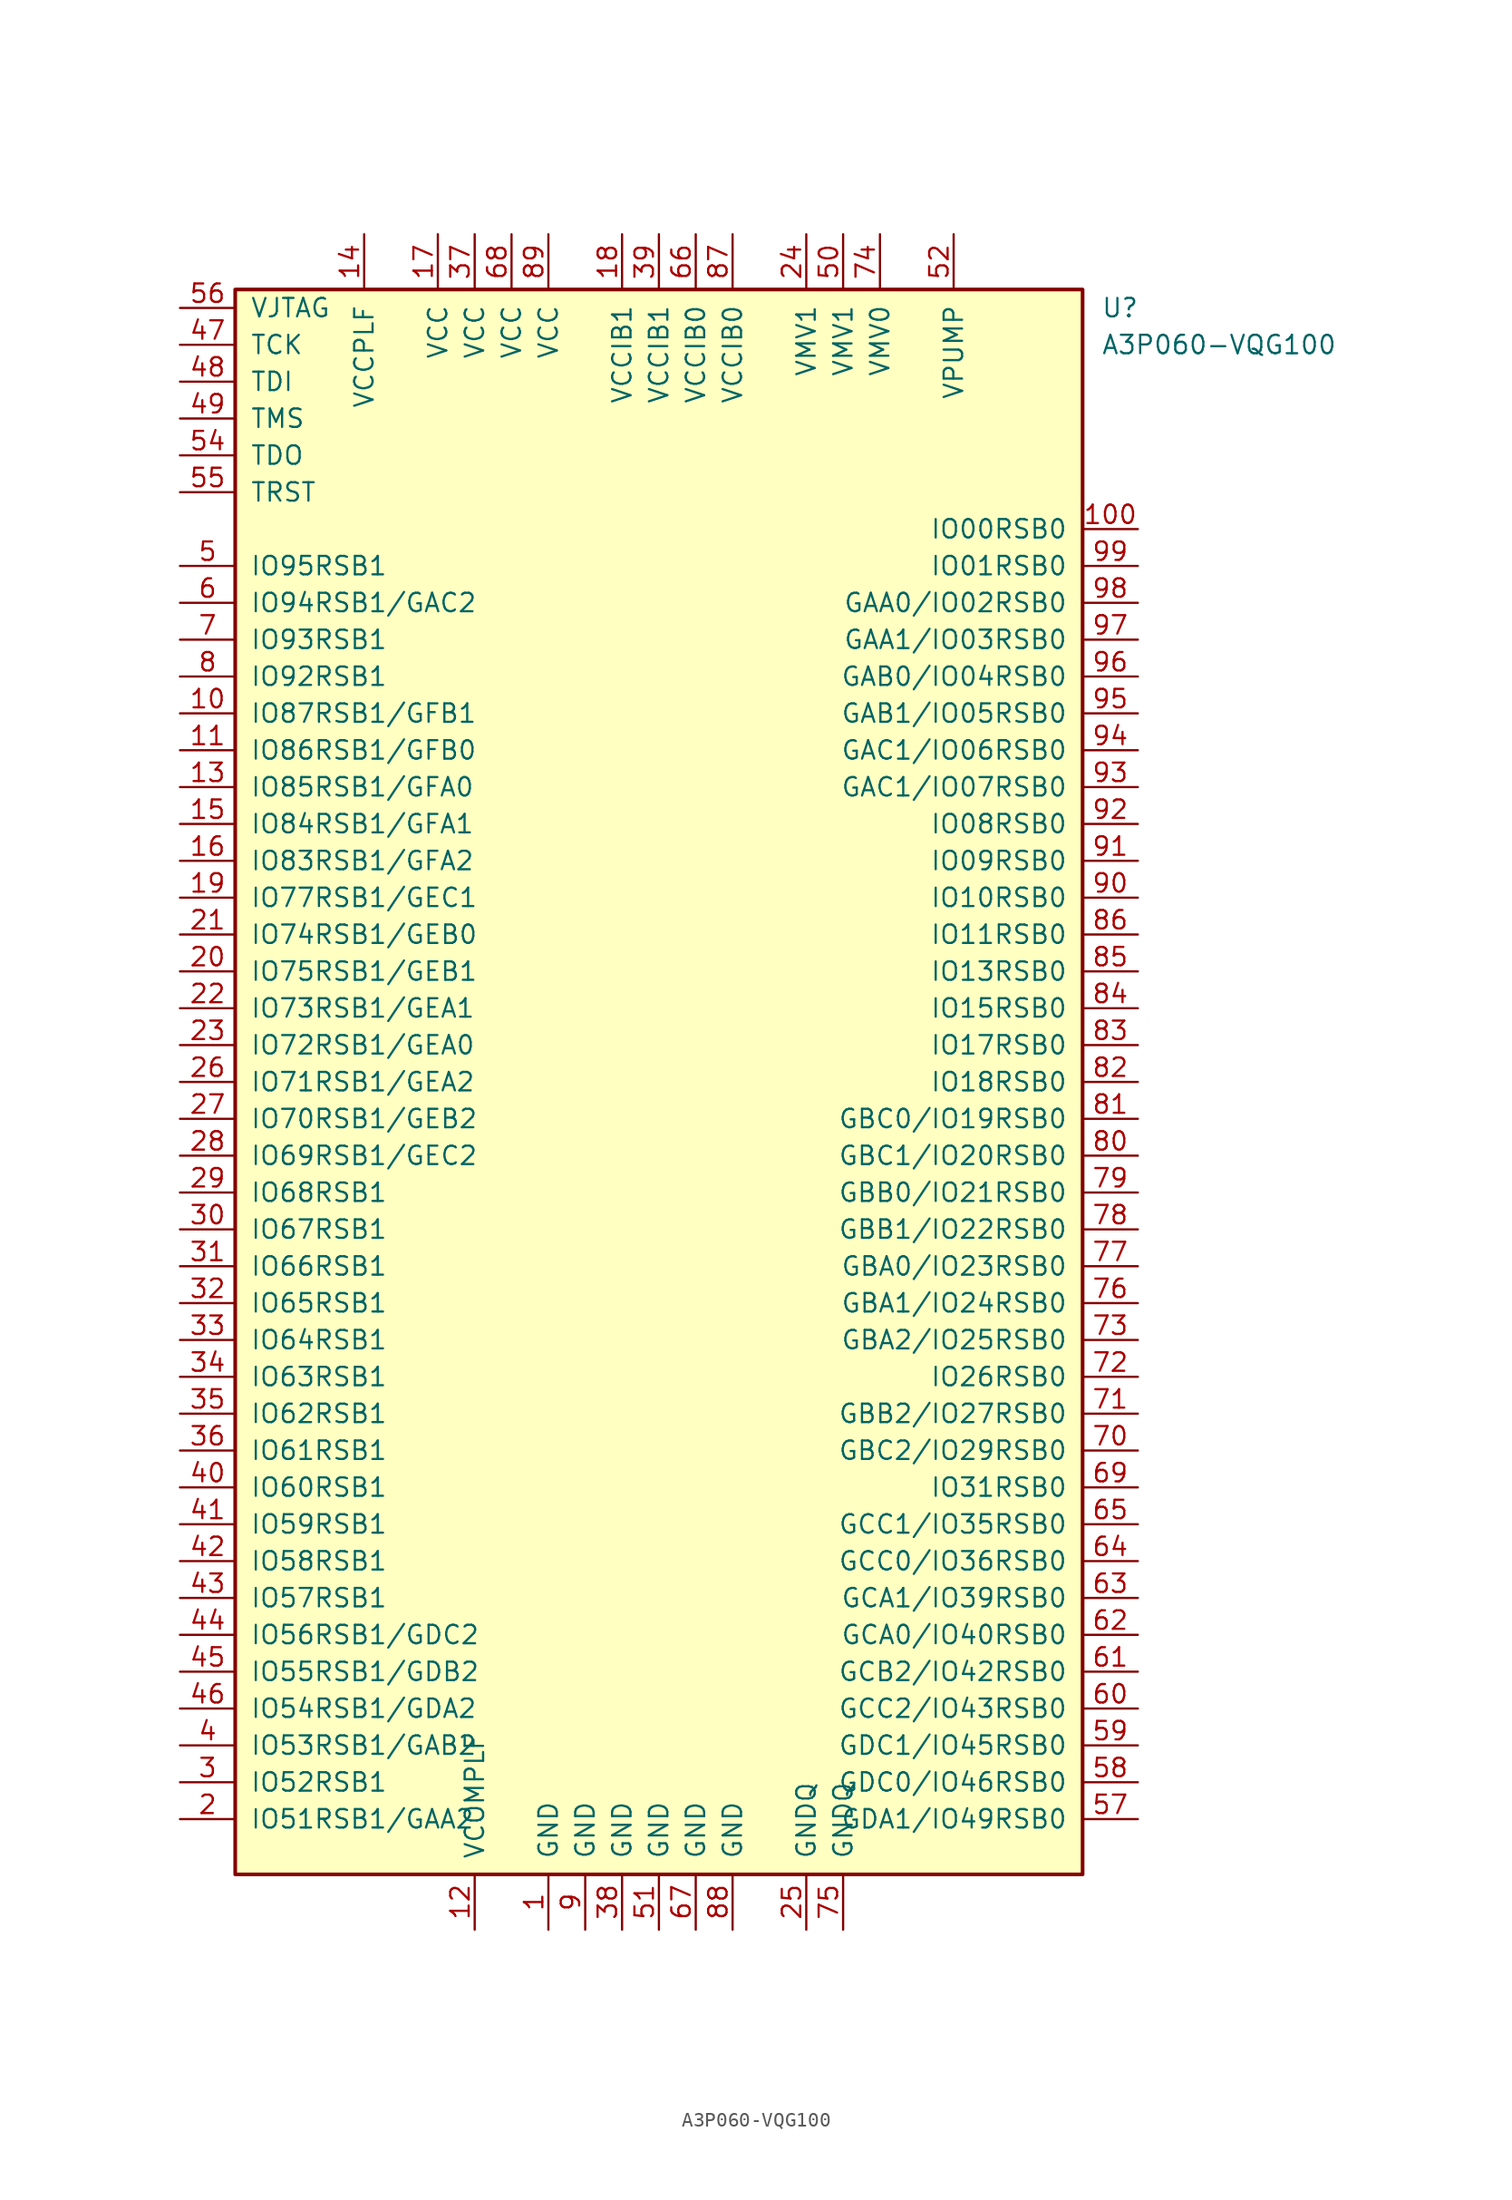
<source format=kicad_sym>
(kicad_symbol_lib
  (version 20201005)
  (generator kicad_symbol_editor)
  (symbol "A3P060-VQG100"
    (pin_names
      (offset 1.016))
    (property "Reference" "U"
      (at 30.48 53.34 0)
      (effects (font (size 1.27 1.27)) (justify left)))
    (property "Value" "A3P060-VQG100"
      (at 30.48 50.8 0)
      (effects (font (size 1.27 1.27)) (justify left)))
    (symbol "A3P060-VQG100_0_1"
      (rectangle (start -29.21 54.61) (end 29.21 -54.61) (stroke (width 0.254)) (fill (type background))))
    (symbol "A3P060-VQG100_1_1"
      (pin power_in line (at -7.62 -58.42 90) (length 3.81) (name "GND" (effects (font (size 1.27 1.27)))) (number "1" (effects (font (size 1.27 1.27)))))
      (pin bidirectional line (at -33.02 25.4 0) (length 3.81) (name "IO87RSB1/GFB1" (effects (font (size 1.27 1.27)))) (number "10" (effects (font (size 1.27 1.27)))))
      (pin bidirectional line (at 33.02 38.1 180) (length 3.81) (name "IO00RSB0" (effects (font (size 1.27 1.27)))) (number "100" (effects (font (size 1.27 1.27)))))
      (pin bidirectional line (at -33.02 22.86 0) (length 3.81) (name "IO86RSB1/GFB0" (effects (font (size 1.27 1.27)))) (number "11" (effects (font (size 1.27 1.27)))))
      (pin power_in line (at -12.7 -58.42 90) (length 3.81) (name "VCOMPLF" (effects (font (size 1.27 1.27)))) (number "12" (effects (font (size 1.27 1.27)))))
      (pin bidirectional line (at -33.02 20.32 0) (length 3.81) (name "IO85RSB1/GFA0" (effects (font (size 1.27 1.27)))) (number "13" (effects (font (size 1.27 1.27)))))
      (pin power_in line (at -20.32 58.42 270) (length 3.81) (name "VCCPLF" (effects (font (size 1.27 1.27)))) (number "14" (effects (font (size 1.27 1.27)))))
      (pin bidirectional line (at -33.02 17.78 0) (length 3.81) (name "IO84RSB1/GFA1" (effects (font (size 1.27 1.27)))) (number "15" (effects (font (size 1.27 1.27)))))
      (pin bidirectional line (at -33.02 15.24 0) (length 3.81) (name "IO83RSB1/GFA2" (effects (font (size 1.27 1.27)))) (number "16" (effects (font (size 1.27 1.27)))))
      (pin power_in line (at -15.24 58.42 270) (length 3.81) (name "VCC" (effects (font (size 1.27 1.27)))) (number "17" (effects (font (size 1.27 1.27)))))
      (pin power_in line (at -2.54 58.42 270) (length 3.81) (name "VCCIB1" (effects (font (size 1.27 1.27)))) (number "18" (effects (font (size 1.27 1.27)))))
      (pin bidirectional line (at -33.02 12.7 0) (length 3.81) (name "IO77RSB1/GEC1" (effects (font (size 1.27 1.27)))) (number "19" (effects (font (size 1.27 1.27)))))
      (pin bidirectional line (at -33.02 -50.8 0) (length 3.81) (name "IO51RSB1/GAA2" (effects (font (size 1.27 1.27)))) (number "2" (effects (font (size 1.27 1.27)))))
      (pin bidirectional line (at -33.02 7.62 0) (length 3.81) (name "IO75RSB1/GEB1" (effects (font (size 1.27 1.27)))) (number "20" (effects (font (size 1.27 1.27)))))
      (pin bidirectional line (at -33.02 10.16 0) (length 3.81) (name "IO74RSB1/GEB0" (effects (font (size 1.27 1.27)))) (number "21" (effects (font (size 1.27 1.27)))))
      (pin bidirectional line (at -33.02 5.08 0) (length 3.81) (name "IO73RSB1/GEA1" (effects (font (size 1.27 1.27)))) (number "22" (effects (font (size 1.27 1.27)))))
      (pin bidirectional line (at -33.02 2.54 0) (length 3.81) (name "IO72RSB1/GEA0" (effects (font (size 1.27 1.27)))) (number "23" (effects (font (size 1.27 1.27)))))
      (pin power_in line (at 10.16 58.42 270) (length 3.81) (name "VMV1" (effects (font (size 1.27 1.27)))) (number "24" (effects (font (size 1.27 1.27)))))
      (pin power_in line (at 10.16 -58.42 90) (length 3.81) (name "GNDQ" (effects (font (size 1.27 1.27)))) (number "25" (effects (font (size 1.27 1.27)))))
      (pin bidirectional line (at -33.02 0 0) (length 3.81) (name "IO71RSB1/GEA2" (effects (font (size 1.27 1.27)))) (number "26" (effects (font (size 1.27 1.27)))))
      (pin bidirectional line (at -33.02 -2.54 0) (length 3.81) (name "IO70RSB1/GEB2" (effects (font (size 1.27 1.27)))) (number "27" (effects (font (size 1.27 1.27)))))
      (pin bidirectional line (at -33.02 -5.08 0) (length 3.81) (name "IO69RSB1/GEC2" (effects (font (size 1.27 1.27)))) (number "28" (effects (font (size 1.27 1.27)))))
      (pin bidirectional line (at -33.02 -7.62 0) (length 3.81) (name "IO68RSB1" (effects (font (size 1.27 1.27)))) (number "29" (effects (font (size 1.27 1.27)))))
      (pin bidirectional line (at -33.02 -48.26 0) (length 3.81) (name "IO52RSB1" (effects (font (size 1.27 1.27)))) (number "3" (effects (font (size 1.27 1.27)))))
      (pin bidirectional line (at -33.02 -10.16 0) (length 3.81) (name "IO67RSB1" (effects (font (size 1.27 1.27)))) (number "30" (effects (font (size 1.27 1.27)))))
      (pin bidirectional line (at -33.02 -12.7 0) (length 3.81) (name "IO66RSB1" (effects (font (size 1.27 1.27)))) (number "31" (effects (font (size 1.27 1.27)))))
      (pin bidirectional line (at -33.02 -15.24 0) (length 3.81) (name "IO65RSB1" (effects (font (size 1.27 1.27)))) (number "32" (effects (font (size 1.27 1.27)))))
      (pin bidirectional line (at -33.02 -17.78 0) (length 3.81) (name "IO64RSB1" (effects (font (size 1.27 1.27)))) (number "33" (effects (font (size 1.27 1.27)))))
      (pin bidirectional line (at -33.02 -20.32 0) (length 3.81) (name "IO63RSB1" (effects (font (size 1.27 1.27)))) (number "34" (effects (font (size 1.27 1.27)))))
      (pin bidirectional line (at -33.02 -22.86 0) (length 3.81) (name "IO62RSB1" (effects (font (size 1.27 1.27)))) (number "35" (effects (font (size 1.27 1.27)))))
      (pin bidirectional line (at -33.02 -25.4 0) (length 3.81) (name "IO61RSB1" (effects (font (size 1.27 1.27)))) (number "36" (effects (font (size 1.27 1.27)))))
      (pin power_in line (at -12.7 58.42 270) (length 3.81) (name "VCC" (effects (font (size 1.27 1.27)))) (number "37" (effects (font (size 1.27 1.27)))))
      (pin power_in line (at -2.54 -58.42 90) (length 3.81) (name "GND" (effects (font (size 1.27 1.27)))) (number "38" (effects (font (size 1.27 1.27)))))
      (pin power_in line (at 0 58.42 270) (length 3.81) (name "VCCIB1" (effects (font (size 1.27 1.27)))) (number "39" (effects (font (size 1.27 1.27)))))
      (pin bidirectional line (at -33.02 -45.72 0) (length 3.81) (name "IO53RSB1/GAB2" (effects (font (size 1.27 1.27)))) (number "4" (effects (font (size 1.27 1.27)))))
      (pin bidirectional line (at -33.02 -27.94 0) (length 3.81) (name "IO60RSB1" (effects (font (size 1.27 1.27)))) (number "40" (effects (font (size 1.27 1.27)))))
      (pin bidirectional line (at -33.02 -30.48 0) (length 3.81) (name "IO59RSB1" (effects (font (size 1.27 1.27)))) (number "41" (effects (font (size 1.27 1.27)))))
      (pin bidirectional line (at -33.02 -33.02 0) (length 3.81) (name "IO58RSB1" (effects (font (size 1.27 1.27)))) (number "42" (effects (font (size 1.27 1.27)))))
      (pin bidirectional line (at -33.02 -35.56 0) (length 3.81) (name "IO57RSB1" (effects (font (size 1.27 1.27)))) (number "43" (effects (font (size 1.27 1.27)))))
      (pin bidirectional line (at -33.02 -38.1 0) (length 3.81) (name "IO56RSB1/GDC2" (effects (font (size 1.27 1.27)))) (number "44" (effects (font (size 1.27 1.27)))))
      (pin bidirectional line (at -33.02 -40.64 0) (length 3.81) (name "IO55RSB1/GDB2" (effects (font (size 1.27 1.27)))) (number "45" (effects (font (size 1.27 1.27)))))
      (pin bidirectional line (at -33.02 -43.18 0) (length 3.81) (name "IO54RSB1/GDA2" (effects (font (size 1.27 1.27)))) (number "46" (effects (font (size 1.27 1.27)))))
      (pin bidirectional line (at -33.02 50.8 0) (length 3.81) (name "TCK" (effects (font (size 1.27 1.27)))) (number "47" (effects (font (size 1.27 1.27)))))
      (pin bidirectional line (at -33.02 48.26 0) (length 3.81) (name "TDI" (effects (font (size 1.27 1.27)))) (number "48" (effects (font (size 1.27 1.27)))))
      (pin bidirectional line (at -33.02 45.72 0) (length 3.81) (name "TMS" (effects (font (size 1.27 1.27)))) (number "49" (effects (font (size 1.27 1.27)))))
      (pin bidirectional line (at -33.02 35.56 0) (length 3.81) (name "IO95RSB1" (effects (font (size 1.27 1.27)))) (number "5" (effects (font (size 1.27 1.27)))))
      (pin power_in line (at 12.7 58.42 270) (length 3.81) (name "VMV1" (effects (font (size 1.27 1.27)))) (number "50" (effects (font (size 1.27 1.27)))))
      (pin power_in line (at 0 -58.42 90) (length 3.81) (name "GND" (effects (font (size 1.27 1.27)))) (number "51" (effects (font (size 1.27 1.27)))))
      (pin power_in line (at 20.32 58.42 270) (length 3.81) (name "VPUMP" (effects (font (size 1.27 1.27)))) (number "52" (effects (font (size 1.27 1.27)))))
      (pin bidirectional line (at -33.02 43.18 0) (length 3.81) (name "TDO" (effects (font (size 1.27 1.27)))) (number "54" (effects (font (size 1.27 1.27)))))
      (pin bidirectional line (at -33.02 40.64 0) (length 3.81) (name "TRST" (effects (font (size 1.27 1.27)))) (number "55" (effects (font (size 1.27 1.27)))))
      (pin bidirectional line (at -33.02 53.34 0) (length 3.81) (name "VJTAG" (effects (font (size 1.27 1.27)))) (number "56" (effects (font (size 1.27 1.27)))))
      (pin bidirectional line (at 33.02 -50.8 180) (length 3.81) (name "GDA1/IO49RSB0" (effects (font (size 1.27 1.27)))) (number "57" (effects (font (size 1.27 1.27)))))
      (pin bidirectional line (at 33.02 -48.26 180) (length 3.81) (name "GDC0/IO46RSB0" (effects (font (size 1.27 1.27)))) (number "58" (effects (font (size 1.27 1.27)))))
      (pin bidirectional line (at 33.02 -45.72 180) (length 3.81) (name "GDC1/IO45RSB0" (effects (font (size 1.27 1.27)))) (number "59" (effects (font (size 1.27 1.27)))))
      (pin bidirectional line (at -33.02 33.02 0) (length 3.81) (name "IO94RSB1/GAC2" (effects (font (size 1.27 1.27)))) (number "6" (effects (font (size 1.27 1.27)))))
      (pin bidirectional line (at 33.02 -43.18 180) (length 3.81) (name "GCC2/IO43RSB0" (effects (font (size 1.27 1.27)))) (number "60" (effects (font (size 1.27 1.27)))))
      (pin bidirectional line (at 33.02 -40.64 180) (length 3.81) (name "GCB2/IO42RSB0" (effects (font (size 1.27 1.27)))) (number "61" (effects (font (size 1.27 1.27)))))
      (pin bidirectional line (at 33.02 -38.1 180) (length 3.81) (name "GCA0/IO40RSB0" (effects (font (size 1.27 1.27)))) (number "62" (effects (font (size 1.27 1.27)))))
      (pin bidirectional line (at 33.02 -35.56 180) (length 3.81) (name "GCA1/IO39RSB0" (effects (font (size 1.27 1.27)))) (number "63" (effects (font (size 1.27 1.27)))))
      (pin bidirectional line (at 33.02 -33.02 180) (length 3.81) (name "GCC0/IO36RSB0" (effects (font (size 1.27 1.27)))) (number "64" (effects (font (size 1.27 1.27)))))
      (pin bidirectional line (at 33.02 -30.48 180) (length 3.81) (name "GCC1/IO35RSB0" (effects (font (size 1.27 1.27)))) (number "65" (effects (font (size 1.27 1.27)))))
      (pin power_in line (at 2.54 58.42 270) (length 3.81) (name "VCCIB0" (effects (font (size 1.27 1.27)))) (number "66" (effects (font (size 1.27 1.27)))))
      (pin power_in line (at 2.54 -58.42 90) (length 3.81) (name "GND" (effects (font (size 1.27 1.27)))) (number "67" (effects (font (size 1.27 1.27)))))
      (pin power_in line (at -10.16 58.42 270) (length 3.81) (name "VCC" (effects (font (size 1.27 1.27)))) (number "68" (effects (font (size 1.27 1.27)))))
      (pin bidirectional line (at 33.02 -27.94 180) (length 3.81) (name "IO31RSB0" (effects (font (size 1.27 1.27)))) (number "69" (effects (font (size 1.27 1.27)))))
      (pin input line (at -33.02 30.48 0) (length 3.81) (name "IO93RSB1" (effects (font (size 1.27 1.27)))) (number "7" (effects (font (size 1.27 1.27)))))
      (pin bidirectional line (at 33.02 -25.4 180) (length 3.81) (name "GBC2/IO29RSB0" (effects (font (size 1.27 1.27)))) (number "70" (effects (font (size 1.27 1.27)))))
      (pin bidirectional line (at 33.02 -22.86 180) (length 3.81) (name "GBB2/IO27RSB0" (effects (font (size 1.27 1.27)))) (number "71" (effects (font (size 1.27 1.27)))))
      (pin bidirectional line (at 33.02 -20.32 180) (length 3.81) (name "IO26RSB0" (effects (font (size 1.27 1.27)))) (number "72" (effects (font (size 1.27 1.27)))))
      (pin bidirectional line (at 33.02 -17.78 180) (length 3.81) (name "GBA2/IO25RSB0" (effects (font (size 1.27 1.27)))) (number "73" (effects (font (size 1.27 1.27)))))
      (pin power_in line (at 15.24 58.42 270) (length 3.81) (name "VMV0" (effects (font (size 1.27 1.27)))) (number "74" (effects (font (size 1.27 1.27)))))
      (pin power_in line (at 12.7 -58.42 90) (length 3.81) (name "GNDQ" (effects (font (size 1.27 1.27)))) (number "75" (effects (font (size 1.27 1.27)))))
      (pin bidirectional line (at 33.02 -15.24 180) (length 3.81) (name "GBA1/IO24RSB0" (effects (font (size 1.27 1.27)))) (number "76" (effects (font (size 1.27 1.27)))))
      (pin bidirectional line (at 33.02 -12.7 180) (length 3.81) (name "GBA0/IO23RSB0" (effects (font (size 1.27 1.27)))) (number "77" (effects (font (size 1.27 1.27)))))
      (pin bidirectional line (at 33.02 -10.16 180) (length 3.81) (name "GBB1/IO22RSB0" (effects (font (size 1.27 1.27)))) (number "78" (effects (font (size 1.27 1.27)))))
      (pin bidirectional line (at 33.02 -7.62 180) (length 3.81) (name "GBB0/IO21RSB0" (effects (font (size 1.27 1.27)))) (number "79" (effects (font (size 1.27 1.27)))))
      (pin bidirectional line (at -33.02 27.94 0) (length 3.81) (name "IO92RSB1" (effects (font (size 1.27 1.27)))) (number "8" (effects (font (size 1.27 1.27)))))
      (pin bidirectional line (at 33.02 -5.08 180) (length 3.81) (name "GBC1/IO20RSB0" (effects (font (size 1.27 1.27)))) (number "80" (effects (font (size 1.27 1.27)))))
      (pin bidirectional line (at 33.02 -2.54 180) (length 3.81) (name "GBC0/IO19RSB0" (effects (font (size 1.27 1.27)))) (number "81" (effects (font (size 1.27 1.27)))))
      (pin bidirectional line (at 33.02 0 180) (length 3.81) (name "IO18RSB0" (effects (font (size 1.27 1.27)))) (number "82" (effects (font (size 1.27 1.27)))))
      (pin bidirectional line (at 33.02 2.54 180) (length 3.81) (name "IO17RSB0" (effects (font (size 1.27 1.27)))) (number "83" (effects (font (size 1.27 1.27)))))
      (pin bidirectional line (at 33.02 5.08 180) (length 3.81) (name "IO15RSB0" (effects (font (size 1.27 1.27)))) (number "84" (effects (font (size 1.27 1.27)))))
      (pin bidirectional line (at 33.02 7.62 180) (length 3.81) (name "IO13RSB0" (effects (font (size 1.27 1.27)))) (number "85" (effects (font (size 1.27 1.27)))))
      (pin bidirectional line (at 33.02 10.16 180) (length 3.81) (name "IO11RSB0" (effects (font (size 1.27 1.27)))) (number "86" (effects (font (size 1.27 1.27)))))
      (pin power_in line (at 5.08 58.42 270) (length 3.81) (name "VCCIB0" (effects (font (size 1.27 1.27)))) (number "87" (effects (font (size 1.27 1.27)))))
      (pin power_in line (at 5.08 -58.42 90) (length 3.81) (name "GND" (effects (font (size 1.27 1.27)))) (number "88" (effects (font (size 1.27 1.27)))))
      (pin power_in line (at -7.62 58.42 270) (length 3.81) (name "VCC" (effects (font (size 1.27 1.27)))) (number "89" (effects (font (size 1.27 1.27)))))
      (pin power_in line (at -5.08 -58.42 90) (length 3.81) (name "GND" (effects (font (size 1.27 1.27)))) (number "9" (effects (font (size 1.27 1.27)))))
      (pin input line (at 33.02 12.7 180) (length 3.81) (name "IO10RSB0" (effects (font (size 1.27 1.27)))) (number "90" (effects (font (size 1.27 1.27)))))
      (pin bidirectional line (at 33.02 15.24 180) (length 3.81) (name "IO09RSB0" (effects (font (size 1.27 1.27)))) (number "91" (effects (font (size 1.27 1.27)))))
      (pin bidirectional line (at 33.02 17.78 180) (length 3.81) (name "IO08RSB0" (effects (font (size 1.27 1.27)))) (number "92" (effects (font (size 1.27 1.27)))))
      (pin bidirectional line (at 33.02 20.32 180) (length 3.81) (name "GAC1/IO07RSB0" (effects (font (size 1.27 1.27)))) (number "93" (effects (font (size 1.27 1.27)))))
      (pin bidirectional line (at 33.02 22.86 180) (length 3.81) (name "GAC1/IO06RSB0" (effects (font (size 1.27 1.27)))) (number "94" (effects (font (size 1.27 1.27)))))
      (pin bidirectional line (at 33.02 25.4 180) (length 3.81) (name "GAB1/IO05RSB0" (effects (font (size 1.27 1.27)))) (number "95" (effects (font (size 1.27 1.27)))))
      (pin bidirectional line (at 33.02 27.94 180) (length 3.81) (name "GAB0/IO04RSB0" (effects (font (size 1.27 1.27)))) (number "96" (effects (font (size 1.27 1.27)))))
      (pin bidirectional line (at 33.02 30.48 180) (length 3.81) (name "GAA1/IO03RSB0" (effects (font (size 1.27 1.27)))) (number "97" (effects (font (size 1.27 1.27)))))
      (pin bidirectional line (at 33.02 33.02 180) (length 3.81) (name "GAA0/IO02RSB0" (effects (font (size 1.27 1.27)))) (number "98" (effects (font (size 1.27 1.27)))))
      (pin bidirectional line (at 33.02 35.56 180) (length 3.81) (name "IO01RSB0" (effects (font (size 1.27 1.27)))) (number "99" (effects (font (size 1.27 1.27))))))))
</source>
